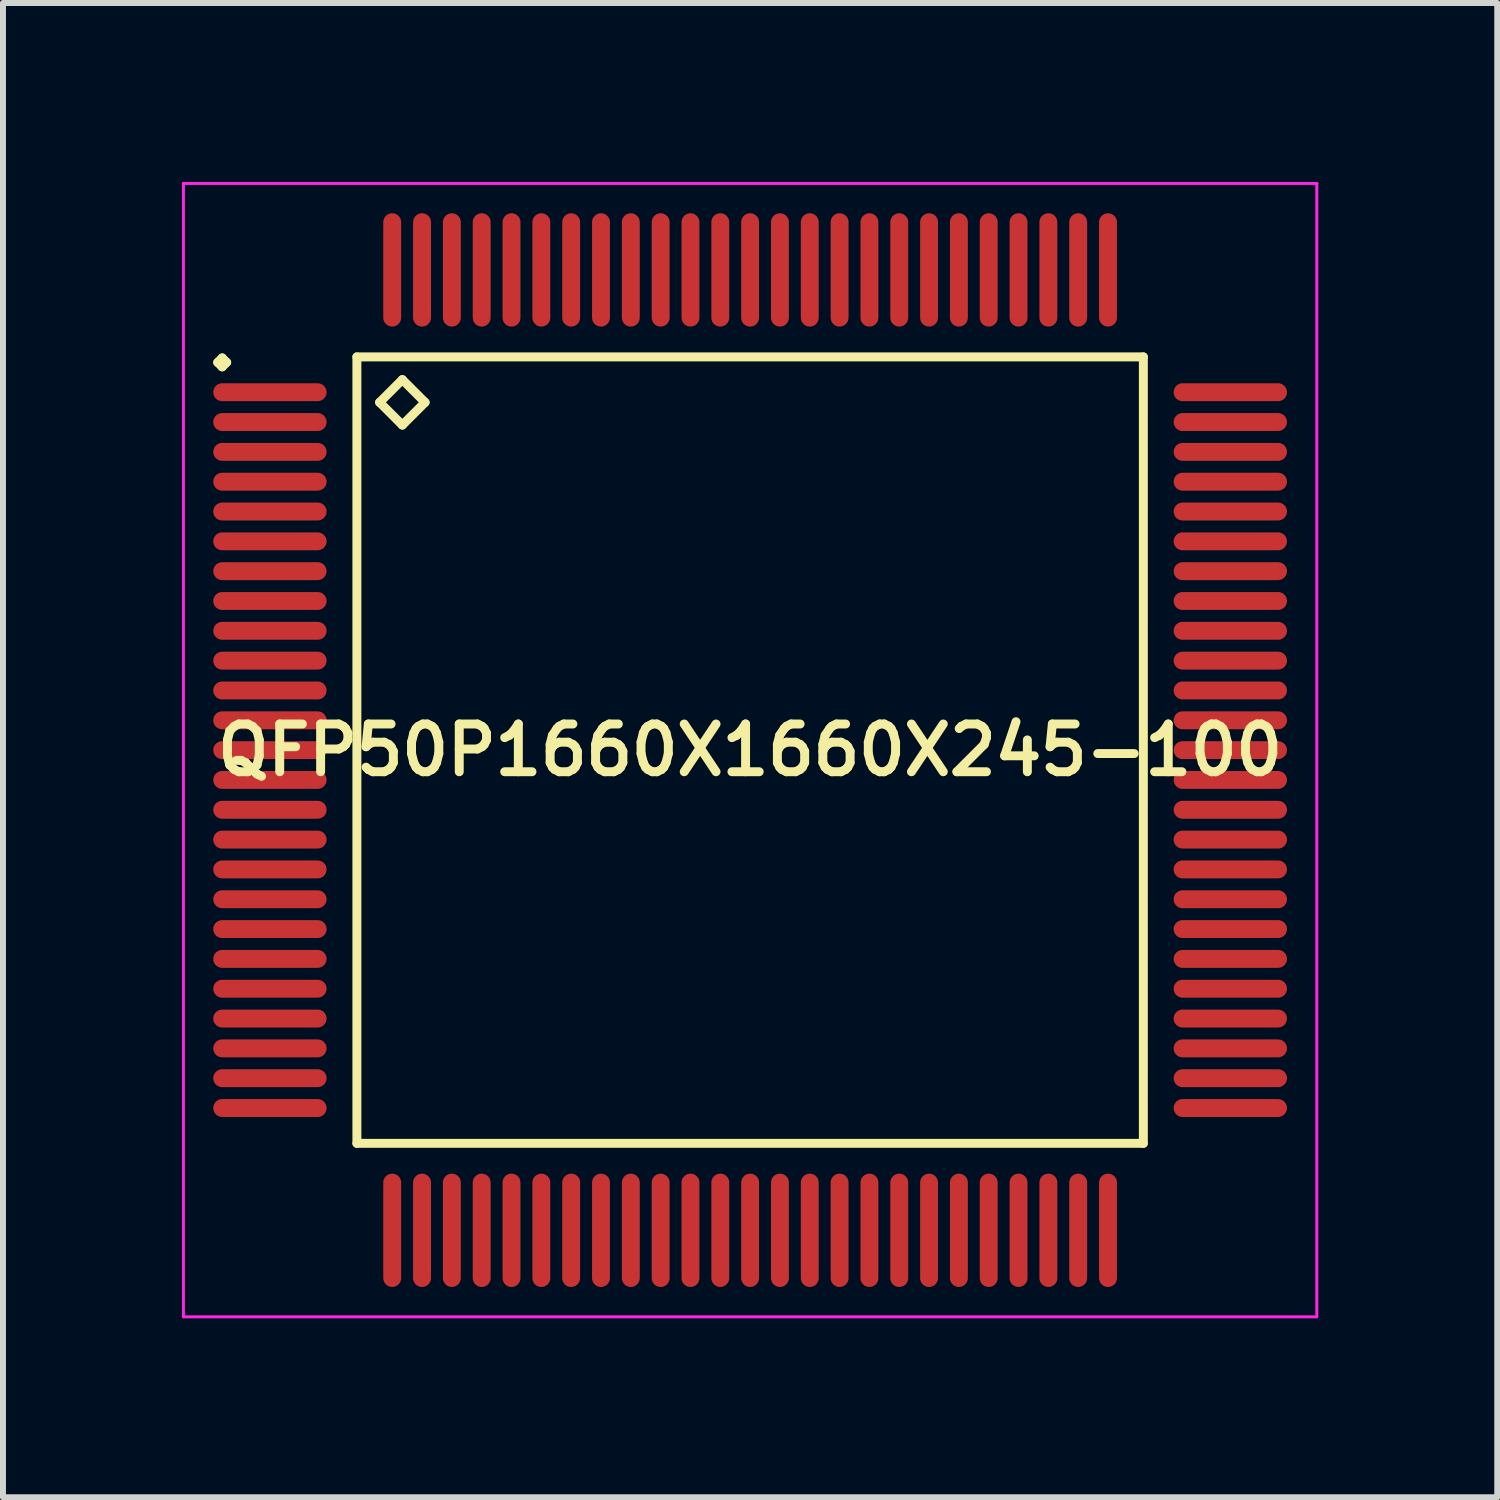
<source format=kicad_pcb>
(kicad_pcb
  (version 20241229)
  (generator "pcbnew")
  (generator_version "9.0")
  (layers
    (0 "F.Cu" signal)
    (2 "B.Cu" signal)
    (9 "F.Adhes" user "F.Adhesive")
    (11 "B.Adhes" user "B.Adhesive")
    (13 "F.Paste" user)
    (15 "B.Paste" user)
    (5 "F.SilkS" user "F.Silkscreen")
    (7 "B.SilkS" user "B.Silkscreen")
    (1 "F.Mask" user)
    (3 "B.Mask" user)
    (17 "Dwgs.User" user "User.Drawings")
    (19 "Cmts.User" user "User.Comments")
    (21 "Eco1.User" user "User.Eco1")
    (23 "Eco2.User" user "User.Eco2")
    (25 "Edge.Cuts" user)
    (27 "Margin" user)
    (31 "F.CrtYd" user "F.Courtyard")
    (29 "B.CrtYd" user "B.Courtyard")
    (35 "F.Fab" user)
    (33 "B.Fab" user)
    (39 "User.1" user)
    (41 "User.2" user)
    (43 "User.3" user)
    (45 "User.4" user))
  (footprint "QFP50P1660X1660X245-100"
    (layer "F.Cu")
    (at 9.525 9.525)
    (property "Reference" "QFP50P1660X1660X245-100" (at 0 0 0) (layer "F.SilkS") (effects (font (size 0.8 0.8) (thickness 0.15))))
    (attr smd)
    (fp_line (start -8.925 -6.5) (end -8.85 -6.575) (stroke (width 0.15) (type solid)) (layer "F.SilkS"))
    (fp_line (start -8.85 -6.575) (end -8.775 -6.5) (stroke (width 0.15) (type solid)) (layer "F.SilkS"))
    (fp_line (start -8.85 -6.425) (end -8.925 -6.5) (stroke (width 0.15) (type solid)) (layer "F.SilkS"))
    (fp_line (start -8.775 -6.5) (end -8.85 -6.425) (stroke (width 0.15) (type solid)) (layer "F.SilkS"))
    (fp_line (start -6.592 -6.592) (end -6.592 6.592) (stroke (width 0.15) (type solid)) (layer "F.SilkS"))
    (fp_line (start -6.592 6.592) (end 6.592 6.592) (stroke (width 0.15) (type solid)) (layer "F.SilkS"))
    (fp_line (start -6.211 -5.83) (end -5.83 -6.211) (stroke (width 0.15) (type solid)) (layer "F.SilkS"))
    (fp_line (start -5.83 -6.211) (end -5.449 -5.83) (stroke (width 0.15) (type solid)) (layer "F.SilkS"))
    (fp_line (start -5.83 -5.449) (end -6.211 -5.83) (stroke (width 0.15) (type solid)) (layer "F.SilkS"))
    (fp_line (start -5.449 -5.83) (end -5.83 -5.449) (stroke (width 0.15) (type solid)) (layer "F.SilkS"))
    (fp_line (start 6.592 -6.592) (end -6.592 -6.592) (stroke (width 0.15) (type solid)) (layer "F.SilkS"))
    (fp_line (start 6.592 6.592) (end 6.592 -6.592) (stroke (width 0.15) (type solid)) (layer "F.SilkS"))
    (fp_line (start -9.5 -9.5) (end 9.5 -9.5) (stroke (width 0.05) (type solid)) (layer "F.CrtYd"))
    (fp_line (start -9.5 9.5) (end -9.5 -9.5) (stroke (width 0.05) (type solid)) (layer "F.CrtYd"))
    (fp_line (start 9.5 -9.5) (end 9.5 9.5) (stroke (width 0.05) (type solid)) (layer "F.CrtYd"))
    (fp_line (start 9.5 9.5) (end -9.5 9.5) (stroke (width 0.05) (type solid)) (layer "F.CrtYd"))
    (pad "1" smd oval (at -8.05 -6) (size 1.9 0.3) (layers "F.Cu" "F.Mask" "F.Paste"))
    (pad "2" smd oval (at -8.05 -5.5) (size 1.9 0.3) (layers "F.Cu" "F.Mask" "F.Paste"))
    (pad "3" smd oval (at -8.05 -5) (size 1.9 0.3) (layers "F.Cu" "F.Mask" "F.Paste"))
    (pad "4" smd oval (at -8.05 -4.5) (size 1.9 0.3) (layers "F.Cu" "F.Mask" "F.Paste"))
    (pad "5" smd oval (at -8.05 -4) (size 1.9 0.3) (layers "F.Cu" "F.Mask" "F.Paste"))
    (pad "6" smd oval (at -8.05 -3.5) (size 1.9 0.3) (layers "F.Cu" "F.Mask" "F.Paste"))
    (pad "7" smd oval (at -8.05 -3) (size 1.9 0.3) (layers "F.Cu" "F.Mask" "F.Paste"))
    (pad "8" smd oval (at -8.05 -2.5) (size 1.9 0.3) (layers "F.Cu" "F.Mask" "F.Paste"))
    (pad "9" smd oval (at -8.05 -2) (size 1.9 0.3) (layers "F.Cu" "F.Mask" "F.Paste"))
    (pad "10" smd oval (at -8.05 -1.5) (size 1.9 0.3) (layers "F.Cu" "F.Mask" "F.Paste"))
    (pad "11" smd oval (at -8.05 -1) (size 1.9 0.3) (layers "F.Cu" "F.Mask" "F.Paste"))
    (pad "12" smd oval (at -8.05 -0.5) (size 1.9 0.3) (layers "F.Cu" "F.Mask" "F.Paste"))
    (pad "13" smd oval (at -8.05 0) (size 1.9 0.3) (layers "F.Cu" "F.Mask" "F.Paste"))
    (pad "14" smd oval (at -8.05 0.5) (size 1.9 0.3) (layers "F.Cu" "F.Mask" "F.Paste"))
    (pad "15" smd oval (at -8.05 1) (size 1.9 0.3) (layers "F.Cu" "F.Mask" "F.Paste"))
    (pad "16" smd oval (at -8.05 1.5) (size 1.9 0.3) (layers "F.Cu" "F.Mask" "F.Paste"))
    (pad "17" smd oval (at -8.05 2) (size 1.9 0.3) (layers "F.Cu" "F.Mask" "F.Paste"))
    (pad "18" smd oval (at -8.05 2.5) (size 1.9 0.3) (layers "F.Cu" "F.Mask" "F.Paste"))
    (pad "19" smd oval (at -8.05 3) (size 1.9 0.3) (layers "F.Cu" "F.Mask" "F.Paste"))
    (pad "20" smd oval (at -8.05 3.5) (size 1.9 0.3) (layers "F.Cu" "F.Mask" "F.Paste"))
    (pad "21" smd oval (at -8.05 4) (size 1.9 0.3) (layers "F.Cu" "F.Mask" "F.Paste"))
    (pad "22" smd oval (at -8.05 4.5) (size 1.9 0.3) (layers "F.Cu" "F.Mask" "F.Paste"))
    (pad "23" smd oval (at -8.05 5) (size 1.9 0.3) (layers "F.Cu" "F.Mask" "F.Paste"))
    (pad "24" smd oval (at -8.05 5.5) (size 1.9 0.3) (layers "F.Cu" "F.Mask" "F.Paste"))
    (pad "25" smd oval (at -8.05 6) (size 1.9 0.3) (layers "F.Cu" "F.Mask" "F.Paste"))
    (pad "26" smd oval (at -6 8.05) (size 0.3 1.9) (layers "F.Cu" "F.Mask" "F.Paste"))
    (pad "27" smd oval (at -5.5 8.05) (size 0.3 1.9) (layers "F.Cu" "F.Mask" "F.Paste"))
    (pad "28" smd oval (at -5 8.05) (size 0.3 1.9) (layers "F.Cu" "F.Mask" "F.Paste"))
    (pad "29" smd oval (at -4.5 8.05) (size 0.3 1.9) (layers "F.Cu" "F.Mask" "F.Paste"))
    (pad "30" smd oval (at -4 8.05) (size 0.3 1.9) (layers "F.Cu" "F.Mask" "F.Paste"))
    (pad "31" smd oval (at -3.5 8.05) (size 0.3 1.9) (layers "F.Cu" "F.Mask" "F.Paste"))
    (pad "32" smd oval (at -3 8.05) (size 0.3 1.9) (layers "F.Cu" "F.Mask" "F.Paste"))
    (pad "33" smd oval (at -2.5 8.05) (size 0.3 1.9) (layers "F.Cu" "F.Mask" "F.Paste"))
    (pad "34" smd oval (at -2 8.05) (size 0.3 1.9) (layers "F.Cu" "F.Mask" "F.Paste"))
    (pad "35" smd oval (at -1.5 8.05) (size 0.3 1.9) (layers "F.Cu" "F.Mask" "F.Paste"))
    (pad "36" smd oval (at -1 8.05) (size 0.3 1.9) (layers "F.Cu" "F.Mask" "F.Paste"))
    (pad "37" smd oval (at -0.5 8.05) (size 0.3 1.9) (layers "F.Cu" "F.Mask" "F.Paste"))
    (pad "38" smd oval (at 0 8.05) (size 0.3 1.9) (layers "F.Cu" "F.Mask" "F.Paste"))
    (pad "39" smd oval (at 0.5 8.05) (size 0.3 1.9) (layers "F.Cu" "F.Mask" "F.Paste"))
    (pad "40" smd oval (at 1 8.05) (size 0.3 1.9) (layers "F.Cu" "F.Mask" "F.Paste"))
    (pad "41" smd oval (at 1.5 8.05) (size 0.3 1.9) (layers "F.Cu" "F.Mask" "F.Paste"))
    (pad "42" smd oval (at 2 8.05) (size 0.3 1.9) (layers "F.Cu" "F.Mask" "F.Paste"))
    (pad "43" smd oval (at 2.5 8.05) (size 0.3 1.9) (layers "F.Cu" "F.Mask" "F.Paste"))
    (pad "44" smd oval (at 3 8.05) (size 0.3 1.9) (layers "F.Cu" "F.Mask" "F.Paste"))
    (pad "45" smd oval (at 3.5 8.05) (size 0.3 1.9) (layers "F.Cu" "F.Mask" "F.Paste"))
    (pad "46" smd oval (at 4 8.05) (size 0.3 1.9) (layers "F.Cu" "F.Mask" "F.Paste"))
    (pad "47" smd oval (at 4.5 8.05) (size 0.3 1.9) (layers "F.Cu" "F.Mask" "F.Paste"))
    (pad "48" smd oval (at 5 8.05) (size 0.3 1.9) (layers "F.Cu" "F.Mask" "F.Paste"))
    (pad "49" smd oval (at 5.5 8.05) (size 0.3 1.9) (layers "F.Cu" "F.Mask" "F.Paste"))
    (pad "50" smd oval (at 6 8.05) (size 0.3 1.9) (layers "F.Cu" "F.Mask" "F.Paste"))
    (pad "51" smd oval (at 8.05 6) (size 1.9 0.3) (layers "F.Cu" "F.Mask" "F.Paste"))
    (pad "52" smd oval (at 8.05 5.5) (size 1.9 0.3) (layers "F.Cu" "F.Mask" "F.Paste"))
    (pad "53" smd oval (at 8.05 5) (size 1.9 0.3) (layers "F.Cu" "F.Mask" "F.Paste"))
    (pad "54" smd oval (at 8.05 4.5) (size 1.9 0.3) (layers "F.Cu" "F.Mask" "F.Paste"))
    (pad "55" smd oval (at 8.05 4) (size 1.9 0.3) (layers "F.Cu" "F.Mask" "F.Paste"))
    (pad "56" smd oval (at 8.05 3.5) (size 1.9 0.3) (layers "F.Cu" "F.Mask" "F.Paste"))
    (pad "57" smd oval (at 8.05 3) (size 1.9 0.3) (layers "F.Cu" "F.Mask" "F.Paste"))
    (pad "58" smd oval (at 8.05 2.5) (size 1.9 0.3) (layers "F.Cu" "F.Mask" "F.Paste"))
    (pad "59" smd oval (at 8.05 2) (size 1.9 0.3) (layers "F.Cu" "F.Mask" "F.Paste"))
    (pad "60" smd oval (at 8.05 1.5) (size 1.9 0.3) (layers "F.Cu" "F.Mask" "F.Paste"))
    (pad "61" smd oval (at 8.05 1) (size 1.9 0.3) (layers "F.Cu" "F.Mask" "F.Paste"))
    (pad "62" smd oval (at 8.05 0.5) (size 1.9 0.3) (layers "F.Cu" "F.Mask" "F.Paste"))
    (pad "63" smd oval (at 8.05 0) (size 1.9 0.3) (layers "F.Cu" "F.Mask" "F.Paste"))
    (pad "64" smd oval (at 8.05 -0.5) (size 1.9 0.3) (layers "F.Cu" "F.Mask" "F.Paste"))
    (pad "65" smd oval (at 8.05 -1) (size 1.9 0.3) (layers "F.Cu" "F.Mask" "F.Paste"))
    (pad "66" smd oval (at 8.05 -1.5) (size 1.9 0.3) (layers "F.Cu" "F.Mask" "F.Paste"))
    (pad "67" smd oval (at 8.05 -2) (size 1.9 0.3) (layers "F.Cu" "F.Mask" "F.Paste"))
    (pad "68" smd oval (at 8.05 -2.5) (size 1.9 0.3) (layers "F.Cu" "F.Mask" "F.Paste"))
    (pad "69" smd oval (at 8.05 -3) (size 1.9 0.3) (layers "F.Cu" "F.Mask" "F.Paste"))
    (pad "70" smd oval (at 8.05 -3.5) (size 1.9 0.3) (layers "F.Cu" "F.Mask" "F.Paste"))
    (pad "71" smd oval (at 8.05 -4) (size 1.9 0.3) (layers "F.Cu" "F.Mask" "F.Paste"))
    (pad "72" smd oval (at 8.05 -4.5) (size 1.9 0.3) (layers "F.Cu" "F.Mask" "F.Paste"))
    (pad "73" smd oval (at 8.05 -5) (size 1.9 0.3) (layers "F.Cu" "F.Mask" "F.Paste"))
    (pad "74" smd oval (at 8.05 -5.5) (size 1.9 0.3) (layers "F.Cu" "F.Mask" "F.Paste"))
    (pad "75" smd oval (at 8.05 -6) (size 1.9 0.3) (layers "F.Cu" "F.Mask" "F.Paste"))
    (pad "76" smd oval (at 6 -8.05) (size 0.3 1.9) (layers "F.Cu" "F.Mask" "F.Paste"))
    (pad "77" smd oval (at 5.5 -8.05) (size 0.3 1.9) (layers "F.Cu" "F.Mask" "F.Paste"))
    (pad "78" smd oval (at 5 -8.05) (size 0.3 1.9) (layers "F.Cu" "F.Mask" "F.Paste"))
    (pad "79" smd oval (at 4.5 -8.05) (size 0.3 1.9) (layers "F.Cu" "F.Mask" "F.Paste"))
    (pad "80" smd oval (at 4 -8.05) (size 0.3 1.9) (layers "F.Cu" "F.Mask" "F.Paste"))
    (pad "81" smd oval (at 3.5 -8.05) (size 0.3 1.9) (layers "F.Cu" "F.Mask" "F.Paste"))
    (pad "82" smd oval (at 3 -8.05) (size 0.3 1.9) (layers "F.Cu" "F.Mask" "F.Paste"))
    (pad "83" smd oval (at 2.5 -8.05) (size 0.3 1.9) (layers "F.Cu" "F.Mask" "F.Paste"))
    (pad "84" smd oval (at 2 -8.05) (size 0.3 1.9) (layers "F.Cu" "F.Mask" "F.Paste"))
    (pad "85" smd oval (at 1.5 -8.05) (size 0.3 1.9) (layers "F.Cu" "F.Mask" "F.Paste"))
    (pad "86" smd oval (at 1 -8.05) (size 0.3 1.9) (layers "F.Cu" "F.Mask" "F.Paste"))
    (pad "87" smd oval (at 0.5 -8.05) (size 0.3 1.9) (layers "F.Cu" "F.Mask" "F.Paste"))
    (pad "88" smd oval (at 0 -8.05) (size 0.3 1.9) (layers "F.Cu" "F.Mask" "F.Paste"))
    (pad "89" smd oval (at -0.5 -8.05) (size 0.3 1.9) (layers "F.Cu" "F.Mask" "F.Paste"))
    (pad "90" smd oval (at -1 -8.05) (size 0.3 1.9) (layers "F.Cu" "F.Mask" "F.Paste"))
    (pad "91" smd oval (at -1.5 -8.05) (size 0.3 1.9) (layers "F.Cu" "F.Mask" "F.Paste"))
    (pad "92" smd oval (at -2 -8.05) (size 0.3 1.9) (layers "F.Cu" "F.Mask" "F.Paste"))
    (pad "93" smd oval (at -2.5 -8.05) (size 0.3 1.9) (layers "F.Cu" "F.Mask" "F.Paste"))
    (pad "94" smd oval (at -3 -8.05) (size 0.3 1.9) (layers "F.Cu" "F.Mask" "F.Paste"))
    (pad "95" smd oval (at -3.5 -8.05) (size 0.3 1.9) (layers "F.Cu" "F.Mask" "F.Paste"))
    (pad "96" smd oval (at -4 -8.05) (size 0.3 1.9) (layers "F.Cu" "F.Mask" "F.Paste"))
    (pad "97" smd oval (at -4.5 -8.05) (size 0.3 1.9) (layers "F.Cu" "F.Mask" "F.Paste"))
    (pad "98" smd oval (at -5 -8.05) (size 0.3 1.9) (layers "F.Cu" "F.Mask" "F.Paste"))
    (pad "99" smd oval (at -5.5 -8.05) (size 0.3 1.9) (layers "F.Cu" "F.Mask" "F.Paste"))
    (pad "100" smd oval (at -6 -8.05) (size 0.3 1.9) (layers "F.Cu" "F.Mask" "F.Paste")))
  (gr_rect
    (start -3 -3)
    (end 22.05 22.05)
    (stroke (width 0.1) (type default))
    (fill no)
    (layer "Edge.Cuts")))
</source>
